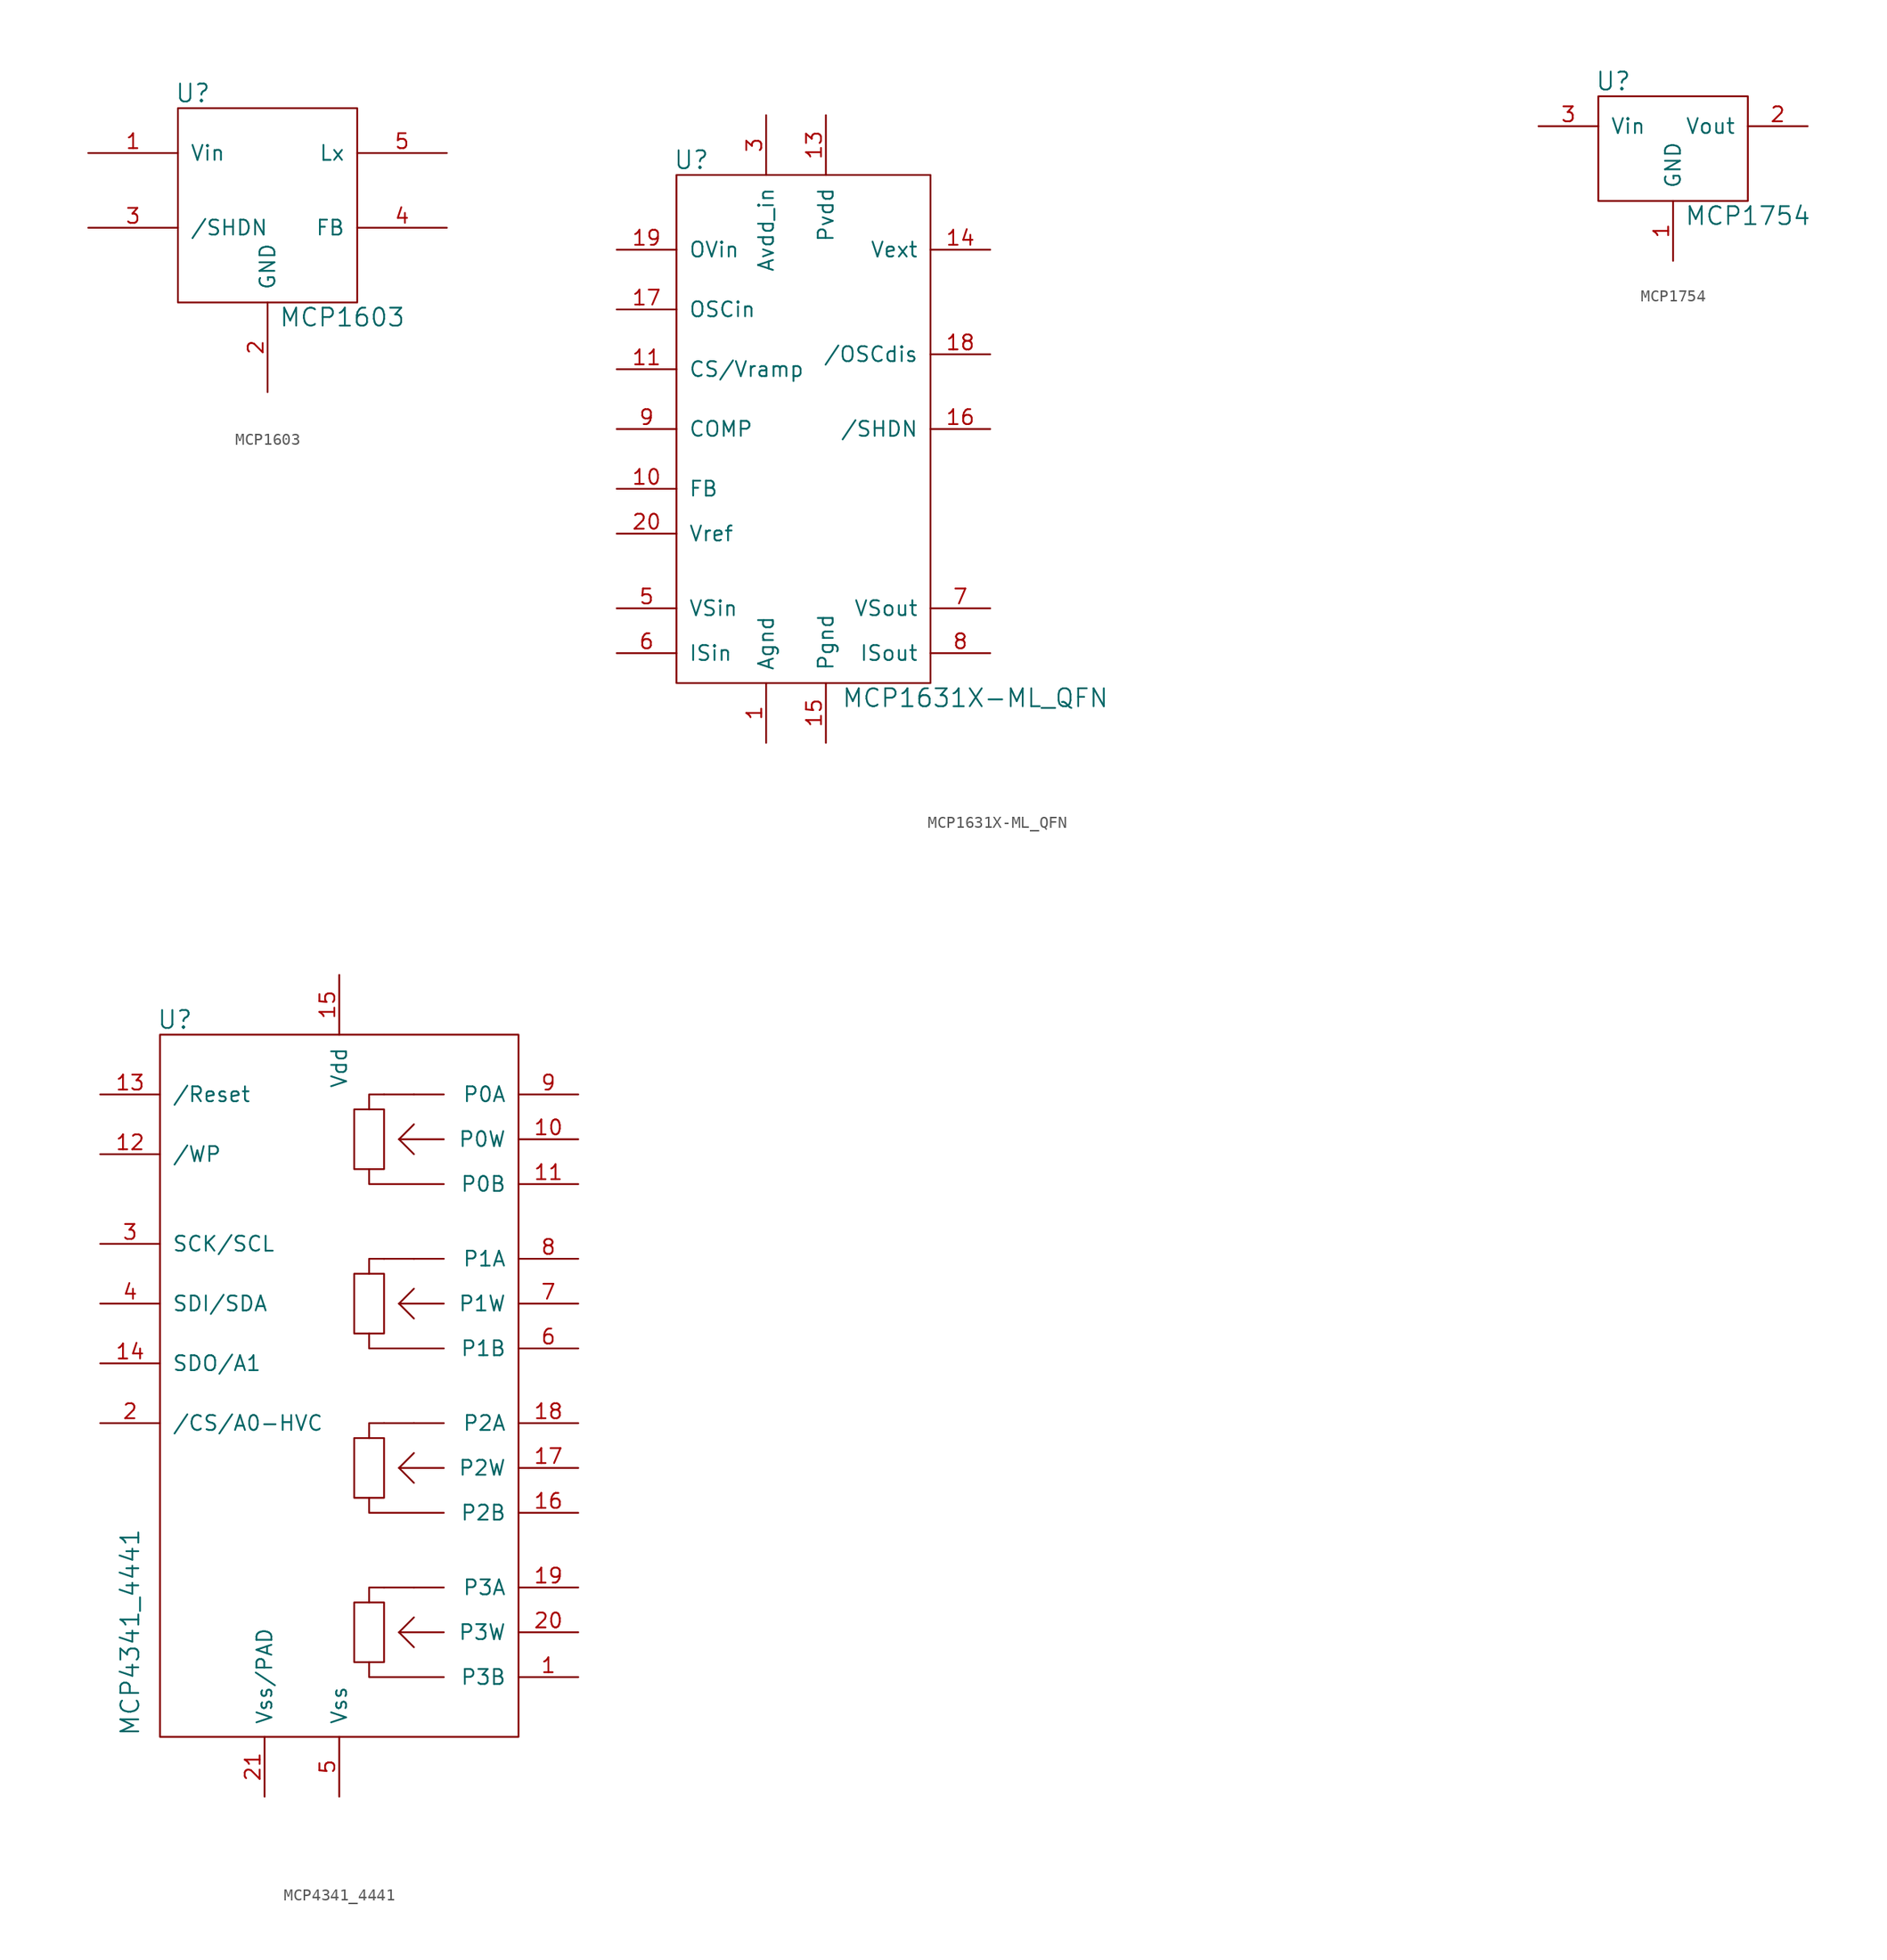
<source format=kicad_sym>
(kicad_symbol_lib
  (version 20211014)
  (generator kicad_symbol_editor)
  (symbol "MCP1603"
    (pin_names
      (offset 1.016))
    (property "Reference" "U"
      (at -6.35 7.62 0)
      (effects (font (size 1.524 1.524))))
    (property "Value" "MCP1603"
      (at 6.35 -11.43 0)
      (effects (font (size 1.524 1.524))))
    (property "Footprint" ""
      (at 0 0 0)
      (effects (font (size 1.524 1.524))))
    (property "Datasheet" ""
      (at 0 0 0)
      (effects (font (size 1.524 1.524))))
    (symbol "MCP1603_0_1"
      (rectangle (start -7.62 -10.16) (end 7.62 6.35) (stroke (width 0) (type default) (color 0 0 0 0)) (fill (type none))))
    (symbol "MCP1603_1_1"
      (pin power_in line (at -15.24 2.54 0) (length 7.62) (name "Vin" (effects (font (size 1.27 1.27)))) (number "1" (effects (font (size 1.27 1.27)))))
      (pin input line (at 0 -17.78 90) (length 7.62) (name "GND" (effects (font (size 1.27 1.27)))) (number "2" (effects (font (size 1.27 1.27)))))
      (pin input line (at -15.24 -3.81 0) (length 7.62) (name "/SHDN" (effects (font (size 1.27 1.27)))) (number "3" (effects (font (size 1.27 1.27)))))
      (pin input line (at 15.24 -3.81 180) (length 7.62) (name "FB" (effects (font (size 1.27 1.27)))) (number "4" (effects (font (size 1.27 1.27)))))
      (pin power_out line (at 15.24 2.54 180) (length 7.62) (name "Lx" (effects (font (size 1.27 1.27)))) (number "5" (effects (font (size 1.27 1.27)))))))
  (symbol "MCP1631X-ML_QFN"
    (pin_names
      (offset 1.016))
    (property "Reference" "U"
      (at -58.42 34.29 0)
      (effects (font (size 1.524 1.524))))
    (property "Value" "MCP1631X-ML_QFN"
      (at -34.29 -11.43 0)
      (effects (font (size 1.524 1.524))))
    (property "Footprint" ""
      (at 0 0 0)
      (effects (font (size 1.524 1.524))))
    (property "Datasheet" ""
      (at 0 0 0)
      (effects (font (size 1.524 1.524))))
    (symbol "MCP1631X-ML_QFN_0_1"
      (rectangle (start -59.69 33.02) (end -38.1 -10.16) (stroke (width 0) (type default) (color 0 0 0 0)) (fill (type none))))
    (symbol "MCP1631X-ML_QFN_1_1"
      (pin input line (at -52.07 -15.24 90) (length 5.08) (name "Agnd" (effects (font (size 1.27 1.27)))) (number "1" (effects (font (size 1.27 1.27)))))
      (pin input line (at -64.77 6.35 0) (length 5.08) (name "FB" (effects (font (size 1.27 1.27)))) (number "10" (effects (font (size 1.27 1.27)))))
      (pin input line (at -64.77 16.51 0) (length 5.08) (name "CS/Vramp" (effects (font (size 1.27 1.27)))) (number "11" (effects (font (size 1.27 1.27)))))
      (pin input line (at -33.02 1.27 180) (length 5.08) hide (name "NC" (effects (font (size 1.27 1.27)))) (number "12" (effects (font (size 1.27 1.27)))))
      (pin input line (at -46.99 38.1 270) (length 5.08) (name "Pvdd" (effects (font (size 1.27 1.27)))) (number "13" (effects (font (size 1.27 1.27)))))
      (pin input line (at -33.02 26.67 180) (length 5.08) (name "Vext" (effects (font (size 1.27 1.27)))) (number "14" (effects (font (size 1.27 1.27)))))
      (pin input line (at -46.99 -15.24 90) (length 5.08) (name "Pgnd" (effects (font (size 1.27 1.27)))) (number "15" (effects (font (size 1.27 1.27)))))
      (pin input line (at -33.02 11.43 180) (length 5.08) (name "/SHDN" (effects (font (size 1.27 1.27)))) (number "16" (effects (font (size 1.27 1.27)))))
      (pin input line (at -64.77 21.59 0) (length 5.08) (name "OSCin" (effects (font (size 1.27 1.27)))) (number "17" (effects (font (size 1.27 1.27)))))
      (pin input line (at -33.02 17.78 180) (length 5.08) (name "/OSCdis" (effects (font (size 1.27 1.27)))) (number "18" (effects (font (size 1.27 1.27)))))
      (pin input line (at -64.77 26.67 0) (length 5.08) (name "OVin" (effects (font (size 1.27 1.27)))) (number "19" (effects (font (size 1.27 1.27)))))
      (pin input line (at -33.02 6.35 180) (length 5.08) hide (name "NC" (effects (font (size 1.27 1.27)))) (number "2" (effects (font (size 1.27 1.27)))))
      (pin input line (at -64.77 2.54 0) (length 5.08) (name "Vref" (effects (font (size 1.27 1.27)))) (number "20" (effects (font (size 1.27 1.27)))))
      (pin input line (at -49.53 -15.24 90) (length 5.08) hide (name "gnd_pad" (effects (font (size 1.27 1.27)))) (number "21" (effects (font (size 1.27 1.27)))))
      (pin input line (at -52.07 38.1 270) (length 5.08) (name "Avdd_in" (effects (font (size 1.27 1.27)))) (number "3" (effects (font (size 1.27 1.27)))))
      (pin input line (at -33.02 3.81 180) (length 5.08) hide (name "NC" (effects (font (size 1.27 1.27)))) (number "4" (effects (font (size 1.27 1.27)))))
      (pin input line (at -64.77 -3.81 0) (length 5.08) (name "VSin" (effects (font (size 1.27 1.27)))) (number "5" (effects (font (size 1.27 1.27)))))
      (pin input line (at -64.77 -7.62 0) (length 5.08) (name "ISin" (effects (font (size 1.27 1.27)))) (number "6" (effects (font (size 1.27 1.27)))))
      (pin input line (at -33.02 -3.81 180) (length 5.08) (name "VSout" (effects (font (size 1.27 1.27)))) (number "7" (effects (font (size 1.27 1.27)))))
      (pin input line (at -33.02 -7.62 180) (length 5.08) (name "ISout" (effects (font (size 1.27 1.27)))) (number "8" (effects (font (size 1.27 1.27)))))
      (pin input line (at -64.77 11.43 0) (length 5.08) (name "COMP" (effects (font (size 1.27 1.27)))) (number "9" (effects (font (size 1.27 1.27)))))))
  (symbol "MCP1754"
    (pin_names
      (offset 1.016))
    (property "Reference" "U"
      (at -5.08 5.08 0)
      (effects (font (size 1.524 1.524))))
    (property "Value" "MCP1754"
      (at 6.35 -6.35 0)
      (effects (font (size 1.524 1.524))))
    (property "Footprint" ""
      (at 0 0 0)
      (effects (font (size 1.524 1.524))))
    (property "Datasheet" ""
      (at 0 0 0)
      (effects (font (size 1.524 1.524))))
    (symbol "MCP1754_0_1"
      (rectangle (start -6.35 3.81) (end 6.35 -5.08) (stroke (width 0) (type default) (color 0 0 0 0)) (fill (type none))))
    (symbol "MCP1754_1_1"
      (pin input line (at 0 -10.16 90) (length 5.08) (name "GND" (effects (font (size 1.27 1.27)))) (number "1" (effects (font (size 1.27 1.27)))))
      (pin input line (at 11.43 1.27 180) (length 5.08) (name "Vout" (effects (font (size 1.27 1.27)))) (number "2" (effects (font (size 1.27 1.27)))))
      (pin input line (at -11.43 1.27 0) (length 5.08) (name "Vin" (effects (font (size 1.27 1.27)))) (number "3" (effects (font (size 1.27 1.27)))))))
  (symbol "MCP4341_4441"
    (pin_names
      (offset 1.016))
    (property "Reference" "U"
      (at -13.97 30.48 0)
      (effects (font (size 1.524 1.524))))
    (property "Value" "MCP4341_4441"
      (at -17.78 -21.59 90)
      (effects (font (size 1.524 1.524))))
    (property "Footprint" ""
      (at -6.35 -13.97 0)
      (effects (font (size 1.524 1.524))))
    (property "Datasheet" ""
      (at -6.35 -13.97 0)
      (effects (font (size 1.524 1.524))))
    (symbol "MCP4341_4441_0_1"
      (polyline (pts (xy 3.81 -17.78) (xy 6.35 -17.78)) (stroke (width 0) (type default) (color 0 0 0 0)) (fill (type none)))
      (polyline (pts (xy 3.81 -3.81) (xy 6.35 -3.81)) (stroke (width 0) (type default) (color 0 0 0 0)) (fill (type none)))
      (polyline (pts (xy 3.81 10.16) (xy 6.35 10.16)) (stroke (width 0) (type default) (color 0 0 0 0)) (fill (type none)))
      (polyline (pts (xy 3.81 24.13) (xy 6.35 24.13)) (stroke (width 0) (type default) (color 0 0 0 0)) (fill (type none)))
      (polyline (pts (xy 5.08 -21.59) (xy 6.35 -22.86)) (stroke (width 0) (type default) (color 0 0 0 0)) (fill (type none)))
      (polyline (pts (xy 5.08 -21.59) (xy 6.35 -20.32)) (stroke (width 0) (type default) (color 0 0 0 0)) (fill (type none)))
      (polyline (pts (xy 5.08 -7.62) (xy 6.35 -8.89)) (stroke (width 0) (type default) (color 0 0 0 0)) (fill (type none)))
      (polyline (pts (xy 5.08 -7.62) (xy 6.35 -6.35)) (stroke (width 0) (type default) (color 0 0 0 0)) (fill (type none)))
      (polyline (pts (xy 5.08 6.35) (xy 6.35 5.08)) (stroke (width 0) (type default) (color 0 0 0 0)) (fill (type none)))
      (polyline (pts (xy 5.08 6.35) (xy 6.35 7.62)) (stroke (width 0) (type default) (color 0 0 0 0)) (fill (type none)))
      (polyline (pts (xy 5.08 20.32) (xy 6.35 19.05)) (stroke (width 0) (type default) (color 0 0 0 0)) (fill (type none)))
      (polyline (pts (xy 5.08 20.32) (xy 6.35 21.59)) (stroke (width 0) (type default) (color 0 0 0 0)) (fill (type none)))
      (polyline (pts (xy 6.35 -17.78) (xy 8.89 -17.78)) (stroke (width 0) (type default) (color 0 0 0 0)) (fill (type none)))
      (polyline (pts (xy 6.35 -3.81) (xy 8.89 -3.81)) (stroke (width 0) (type default) (color 0 0 0 0)) (fill (type none)))
      (polyline (pts (xy 6.35 10.16) (xy 8.89 10.16)) (stroke (width 0) (type default) (color 0 0 0 0)) (fill (type none)))
      (polyline (pts (xy 6.35 24.13) (xy 8.89 24.13)) (stroke (width 0) (type default) (color 0 0 0 0)) (fill (type none)))
      (polyline (pts (xy 2.54 -24.13) (xy 2.54 -25.4) (xy 8.89 -25.4)) (stroke (width 0) (type default) (color 0 0 0 0)) (fill (type none)))
      (polyline (pts (xy 2.54 -19.05) (xy 2.54 -17.78) (xy 3.81 -17.78)) (stroke (width 0) (type default) (color 0 0 0 0)) (fill (type none)))
      (polyline (pts (xy 2.54 -10.16) (xy 2.54 -11.43) (xy 8.89 -11.43)) (stroke (width 0) (type default) (color 0 0 0 0)) (fill (type none)))
      (polyline (pts (xy 2.54 -5.08) (xy 2.54 -3.81) (xy 3.81 -3.81)) (stroke (width 0) (type default) (color 0 0 0 0)) (fill (type none)))
      (polyline (pts (xy 2.54 3.81) (xy 2.54 2.54) (xy 8.89 2.54)) (stroke (width 0) (type default) (color 0 0 0 0)) (fill (type none)))
      (polyline (pts (xy 2.54 8.89) (xy 2.54 10.16) (xy 3.81 10.16)) (stroke (width 0) (type default) (color 0 0 0 0)) (fill (type none)))
      (polyline (pts (xy 2.54 17.78) (xy 2.54 16.51) (xy 8.89 16.51)) (stroke (width 0) (type default) (color 0 0 0 0)) (fill (type none)))
      (polyline (pts (xy 2.54 22.86) (xy 2.54 24.13) (xy 3.81 24.13)) (stroke (width 0) (type default) (color 0 0 0 0)) (fill (type none)))
      (polyline (pts (xy 5.08 -21.59) (xy 8.89 -21.59) (xy 7.62 -21.59)) (stroke (width 0) (type default) (color 0 0 0 0)) (fill (type none)))
      (polyline (pts (xy 5.08 -7.62) (xy 8.89 -7.62) (xy 7.62 -7.62)) (stroke (width 0) (type default) (color 0 0 0 0)) (fill (type none)))
      (polyline (pts (xy 5.08 6.35) (xy 8.89 6.35) (xy 7.62 6.35)) (stroke (width 0) (type default) (color 0 0 0 0)) (fill (type none)))
      (polyline (pts (xy 5.08 20.32) (xy 8.89 20.32) (xy 7.62 20.32)) (stroke (width 0) (type default) (color 0 0 0 0)) (fill (type none)))
      (polyline (pts (xy 1.27 -19.05) (xy 3.81 -19.05) (xy 3.81 -24.13) (xy 1.27 -24.13) (xy 1.27 -19.05)) (stroke (width 0) (type default) (color 0 0 0 0)) (fill (type none)))
      (polyline (pts (xy 1.27 -5.08) (xy 3.81 -5.08) (xy 3.81 -10.16) (xy 1.27 -10.16) (xy 1.27 -5.08)) (stroke (width 0) (type default) (color 0 0 0 0)) (fill (type none)))
      (polyline (pts (xy 1.27 8.89) (xy 3.81 8.89) (xy 3.81 3.81) (xy 1.27 3.81) (xy 1.27 8.89)) (stroke (width 0) (type default) (color 0 0 0 0)) (fill (type none)))
      (polyline (pts (xy 1.27 22.86) (xy 3.81 22.86) (xy 3.81 17.78) (xy 1.27 17.78) (xy 1.27 22.86)) (stroke (width 0) (type default) (color 0 0 0 0)) (fill (type none)))
      (rectangle (start 15.24 29.21) (end -15.24 -30.48) (stroke (width 0) (type default) (color 0 0 0 0)) (fill (type none))))
    (symbol "MCP4341_4441_1_1"
      (pin bidirectional line (at 20.32 -25.4 180) (length 5.08) (name "P3B" (effects (font (size 1.27 1.27)))) (number "1" (effects (font (size 1.27 1.27)))))
      (pin bidirectional line (at 20.32 20.32 180) (length 5.08) (name "P0W" (effects (font (size 1.27 1.27)))) (number "10" (effects (font (size 1.27 1.27)))))
      (pin bidirectional line (at 20.32 16.51 180) (length 5.08) (name "P0B" (effects (font (size 1.27 1.27)))) (number "11" (effects (font (size 1.27 1.27)))))
      (pin input line (at -20.32 19.05 0) (length 5.08) (name "/WP" (effects (font (size 1.27 1.27)))) (number "12" (effects (font (size 1.27 1.27)))))
      (pin input line (at -20.32 24.13 0) (length 5.08) (name "/Reset" (effects (font (size 1.27 1.27)))) (number "13" (effects (font (size 1.27 1.27)))))
      (pin input line (at -20.32 1.27 0) (length 5.08) (name "SDO/A1" (effects (font (size 1.27 1.27)))) (number "14" (effects (font (size 1.27 1.27)))))
      (pin power_in line (at 0 34.29 270) (length 5.08) (name "Vdd" (effects (font (size 1.27 1.27)))) (number "15" (effects (font (size 1.27 1.27)))))
      (pin bidirectional line (at 20.32 -11.43 180) (length 5.08) (name "P2B" (effects (font (size 1.27 1.27)))) (number "16" (effects (font (size 1.27 1.27)))))
      (pin bidirectional line (at 20.32 -7.62 180) (length 5.08) (name "P2W" (effects (font (size 1.27 1.27)))) (number "17" (effects (font (size 1.27 1.27)))))
      (pin bidirectional line (at 20.32 -3.81 180) (length 5.08) (name "P2A" (effects (font (size 1.27 1.27)))) (number "18" (effects (font (size 1.27 1.27)))))
      (pin bidirectional line (at 20.32 -17.78 180) (length 5.08) (name "P3A" (effects (font (size 1.27 1.27)))) (number "19" (effects (font (size 1.27 1.27)))))
      (pin input line (at -20.32 -3.81 0) (length 5.08) (name "/CS/A0-HVC" (effects (font (size 1.27 1.27)))) (number "2" (effects (font (size 1.27 1.27)))))
      (pin bidirectional line (at 20.32 -21.59 180) (length 5.08) (name "P3W" (effects (font (size 1.27 1.27)))) (number "20" (effects (font (size 1.27 1.27)))))
      (pin power_in line (at -6.35 -35.56 90) (length 5.08) (name "Vss/PAD" (effects (font (size 1.27 1.27)))) (number "21" (effects (font (size 1.27 1.27)))))
      (pin input line (at -20.32 11.43 0) (length 5.08) (name "SCK/SCL" (effects (font (size 1.27 1.27)))) (number "3" (effects (font (size 1.27 1.27)))))
      (pin input line (at -20.32 6.35 0) (length 5.08) (name "SDI/SDA" (effects (font (size 1.27 1.27)))) (number "4" (effects (font (size 1.27 1.27)))))
      (pin power_out line (at 0 -35.56 90) (length 5.08) (name "Vss" (effects (font (size 1.27 1.27)))) (number "5" (effects (font (size 1.27 1.27)))))
      (pin bidirectional line (at 20.32 2.54 180) (length 5.08) (name "P1B" (effects (font (size 1.27 1.27)))) (number "6" (effects (font (size 1.27 1.27)))))
      (pin bidirectional line (at 20.32 6.35 180) (length 5.08) (name "P1W" (effects (font (size 1.27 1.27)))) (number "7" (effects (font (size 1.27 1.27)))))
      (pin bidirectional line (at 20.32 10.16 180) (length 5.08) (name "P1A" (effects (font (size 1.27 1.27)))) (number "8" (effects (font (size 1.27 1.27)))))
      (pin bidirectional line (at 20.32 24.13 180) (length 5.08) (name "P0A" (effects (font (size 1.27 1.27)))) (number "9" (effects (font (size 1.27 1.27))))))))
</source>
